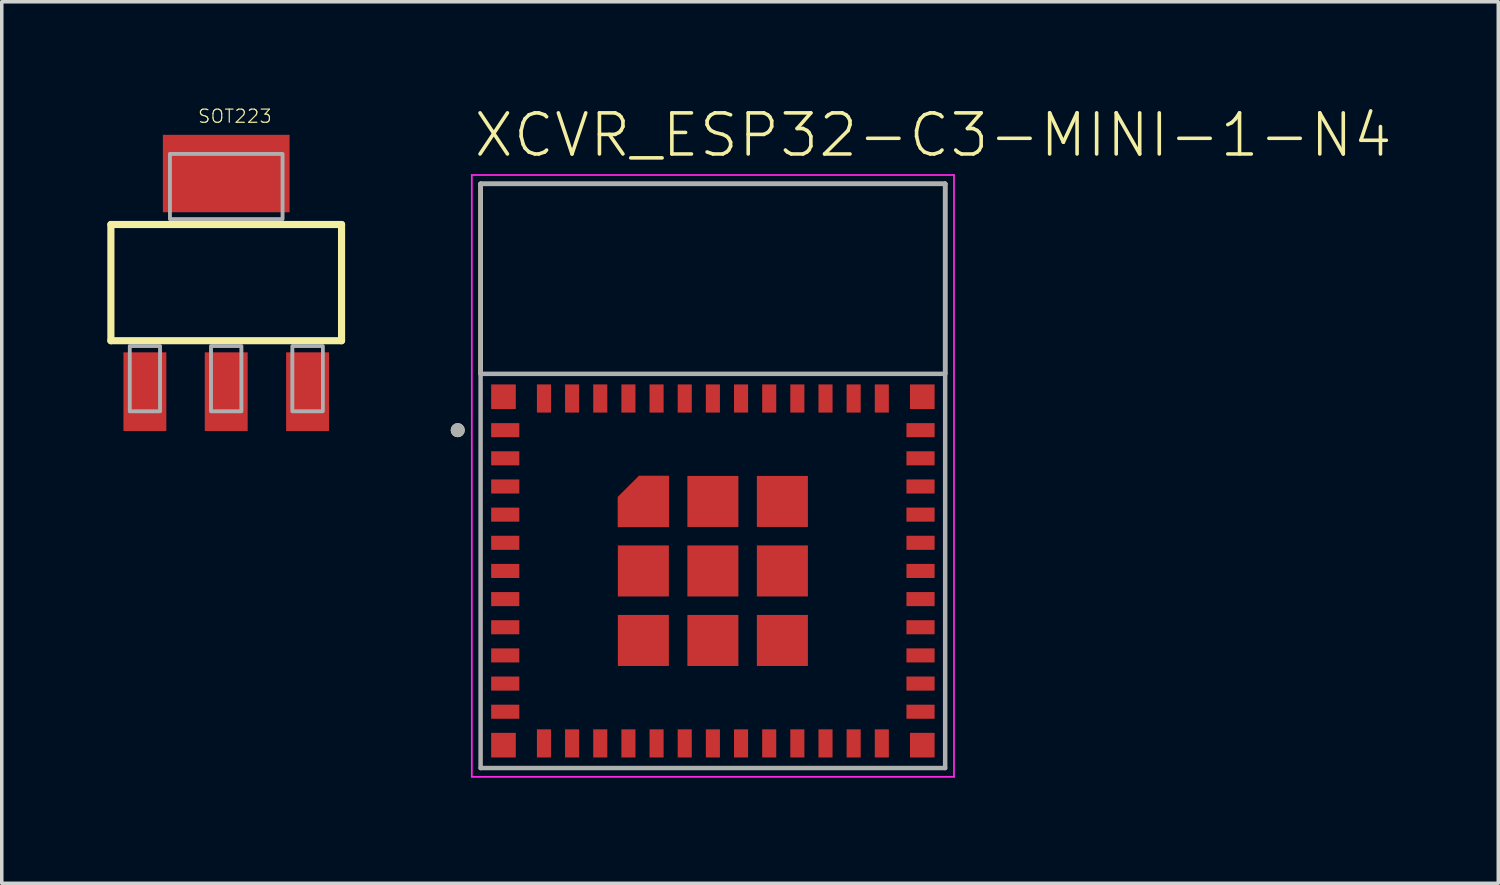
<source format=kicad_pcb>
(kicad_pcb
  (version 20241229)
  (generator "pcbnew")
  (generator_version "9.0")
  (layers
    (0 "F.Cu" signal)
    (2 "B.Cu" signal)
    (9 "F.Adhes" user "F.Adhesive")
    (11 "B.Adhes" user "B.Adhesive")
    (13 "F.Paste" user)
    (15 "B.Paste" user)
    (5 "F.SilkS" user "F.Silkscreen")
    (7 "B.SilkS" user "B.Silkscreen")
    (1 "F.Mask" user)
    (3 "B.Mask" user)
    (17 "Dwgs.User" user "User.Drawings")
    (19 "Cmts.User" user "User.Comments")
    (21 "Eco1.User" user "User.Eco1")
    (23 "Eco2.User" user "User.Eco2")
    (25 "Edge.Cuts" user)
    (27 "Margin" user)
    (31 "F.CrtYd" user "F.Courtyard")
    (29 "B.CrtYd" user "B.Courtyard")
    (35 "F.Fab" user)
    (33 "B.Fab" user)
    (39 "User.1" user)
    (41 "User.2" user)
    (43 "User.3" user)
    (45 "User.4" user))
  (footprint "SOT223"
    (layer "F.Cu")
    (at 3.378 4.98)
    (property "Reference" "SOT223" (at -0.826 -4.508 0) (layer "F.SilkS") (effects (font (size 0.374 0.374) (thickness 0.033)) (justify left bottom)))
    (fp_line (start -3.277 -1.651) (end 3.277 -1.651) (stroke (width 0.203) (type solid)) (layer "F.SilkS"))
    (fp_line (start -3.277 1.651) (end -3.277 -1.651) (stroke (width 0.203) (type solid)) (layer "F.SilkS"))
    (fp_line (start 3.277 -1.651) (end 3.277 1.651) (stroke (width 0.203) (type solid)) (layer "F.SilkS"))
    (fp_line (start 3.277 1.651) (end -3.277 1.651) (stroke (width 0.203) (type solid)) (layer "F.SilkS"))
    (fp_poly (pts (xy -2.743 3.658) (xy -1.88 3.658) (xy -1.88 1.803) (xy -2.743 1.803)) (stroke (width 0.1) (type solid)) (fill no) (layer "F.Fab"))
    (fp_poly (pts (xy -2.743 3.658) (xy -1.88 3.658) (xy -1.88 1.803) (xy -2.743 1.803)) (stroke (width 0.1) (type solid)) (fill no) (layer "F.Fab"))
    (fp_poly (pts (xy -1.6 -1.803) (xy 1.6 -1.803) (xy 1.6 -3.658) (xy -1.6 -3.658)) (stroke (width 0.1) (type solid)) (fill no) (layer "F.Fab"))
    (fp_poly (pts (xy -1.6 -1.803) (xy 1.6 -1.803) (xy 1.6 -3.658) (xy -1.6 -3.658)) (stroke (width 0.1) (type solid)) (fill no) (layer "F.Fab"))
    (fp_poly (pts (xy -0.432 3.658) (xy 0.432 3.658) (xy 0.432 1.803) (xy -0.432 1.803)) (stroke (width 0.1) (type solid)) (fill no) (layer "F.Fab"))
    (fp_poly (pts (xy -0.432 3.658) (xy 0.432 3.658) (xy 0.432 1.803) (xy -0.432 1.803)) (stroke (width 0.1) (type solid)) (fill no) (layer "F.Fab"))
    (fp_poly (pts (xy 1.88 3.658) (xy 2.743 3.658) (xy 2.743 1.803) (xy 1.88 1.803)) (stroke (width 0.1) (type solid)) (fill no) (layer "F.Fab"))
    (fp_poly (pts (xy 1.88 3.658) (xy 2.743 3.658) (xy 2.743 1.803) (xy 1.88 1.803)) (stroke (width 0.1) (type solid)) (fill no) (layer "F.Fab"))
    (pad "1" smd rect (at -2.311 3.099) (size 1.219 2.235) (layers "F.Cu" "F.Mask" "F.Paste"))
    (pad "2" smd rect (at 0 3.099) (size 1.219 2.235) (layers "F.Cu" "F.Mask" "F.Paste"))
    (pad "3" smd rect (at 2.311 3.099) (size 1.219 2.235) (layers "F.Cu" "F.Mask" "F.Paste"))
    (pad "4" smd rect (at 0 -3.099) (size 3.6 2.2) (layers "F.Cu" "F.Mask" "F.Paste")))
  (footprint "XCVR_ESP32-C3-MINI-1-N4"
    (layer "F.Cu")
    (at 17.206 10.473)
    (property "Reference" "XCVR_ESP32-C3-MINI-1-N4" (at -6.85 -9 0) (layer "F.SilkS") (effects (font (size 1.168 1.168) (thickness 0.102)) (justify left bottom)))
    (fp_poly (pts (xy -1.245 1.455) (xy -2.705 1.455) (xy -2.705 0.598) (xy -2.102 -0.005) (xy -1.245 -0.005)) (stroke (width 0) (type solid)) (fill yes) (layer "F.Cu"))
    (fp_poly (pts (xy -1.145 1.555) (xy -2.805 1.555) (xy -2.805 0.558) (xy -2.142 -0.105) (xy -1.145 -0.105)) (stroke (width 0) (type solid)) (fill yes) (layer "F.Mask"))
    (fp_line (start -6.6 -8.3) (end 6.6 -8.3) (stroke (width 0.127) (type solid)) (layer "F.SilkS"))
    (fp_line (start -6.6 -2.92) (end -6.6 -8.3) (stroke (width 0.127) (type solid)) (layer "F.SilkS"))
    (fp_line (start 6.6 -8.3) (end 6.6 -2.92) (stroke (width 0.127) (type solid)) (layer "F.SilkS"))
    (fp_circle (center -7.25 -1.3) (end -7.15 -1.3) (stroke (width 0.2) (type solid)) (fill no) (layer "F.SilkS"))
    (fp_poly (pts (xy -1.245 1.455) (xy -2.705 1.455) (xy -2.705 0.598) (xy -2.102 -0.005) (xy -1.245 -0.005)) (stroke (width 0) (type solid)) (fill yes) (layer "F.Paste"))
    (fp_line (start -6.85 -8.55) (end -6.85 8.55) (stroke (width 0.05) (type solid)) (layer "F.CrtYd"))
    (fp_line (start -6.85 8.55) (end 6.85 8.55) (stroke (width 0.05) (type solid)) (layer "F.CrtYd"))
    (fp_line (start 6.85 -8.55) (end -6.85 -8.55) (stroke (width 0.05) (type solid)) (layer "F.CrtYd"))
    (fp_line (start 6.85 8.55) (end 6.85 -8.55) (stroke (width 0.05) (type solid)) (layer "F.CrtYd"))
    (fp_line (start -6.6 -8.3) (end 6.6 -8.3) (stroke (width 0.127) (type solid)) (layer "F.Fab"))
    (fp_line (start -6.6 -2.9) (end -6.6 -8.3) (stroke (width 0.127) (type solid)) (layer "F.Fab"))
    (fp_line (start -6.6 -2.9) (end 6.6 -2.9) (stroke (width 0.127) (type solid)) (layer "F.Fab"))
    (fp_line (start -6.6 8.3) (end -6.6 -2.9) (stroke (width 0.127) (type solid)) (layer "F.Fab"))
    (fp_line (start 6.6 -8.3) (end 6.6 -2.9) (stroke (width 0.127) (type solid)) (layer "F.Fab"))
    (fp_line (start 6.6 -2.9) (end 6.6 8.3) (stroke (width 0.127) (type solid)) (layer "F.Fab"))
    (fp_line (start 6.6 8.3) (end -6.6 8.3) (stroke (width 0.127) (type solid)) (layer "F.Fab"))
    (fp_circle (center -7.25 -1.3) (end -7.15 -1.3) (stroke (width 0.2) (type solid)) (fill no) (layer "F.Fab"))
    (pad "1" smd rect (at -5.9 -1.3) (size 0.8 0.4) (layers "F.Cu" "F.Mask" "F.Paste"))
    (pad "2" smd rect (at -5.9 -0.5) (size 0.8 0.4) (layers "F.Cu" "F.Mask" "F.Paste"))
    (pad "3" smd rect (at -5.9 0.3) (size 0.8 0.4) (layers "F.Cu" "F.Mask" "F.Paste"))
    (pad "4" smd rect (at -5.9 1.1) (size 0.8 0.4) (layers "F.Cu" "F.Mask" "F.Paste"))
    (pad "5" smd rect (at -5.9 1.9) (size 0.8 0.4) (layers "F.Cu" "F.Mask" "F.Paste"))
    (pad "6" smd rect (at -5.9 2.7) (size 0.8 0.4) (layers "F.Cu" "F.Mask" "F.Paste"))
    (pad "7" smd rect (at -5.9 3.5) (size 0.8 0.4) (layers "F.Cu" "F.Mask" "F.Paste"))
    (pad "8" smd rect (at -5.9 4.3) (size 0.8 0.4) (layers "F.Cu" "F.Mask" "F.Paste"))
    (pad "9" smd rect (at -5.9 5.1) (size 0.8 0.4) (layers "F.Cu" "F.Mask" "F.Paste"))
    (pad "10" smd rect (at -5.9 5.9) (size 0.8 0.4) (layers "F.Cu" "F.Mask" "F.Paste"))
    (pad "11" smd rect (at -5.9 6.7) (size 0.8 0.4) (layers "F.Cu" "F.Mask" "F.Paste"))
    (pad "12" smd rect (at -4.8 7.6) (size 0.4 0.8) (layers "F.Cu" "F.Mask" "F.Paste"))
    (pad "13" smd rect (at -4 7.6) (size 0.4 0.8) (layers "F.Cu" "F.Mask" "F.Paste"))
    (pad "14" smd rect (at -3.2 7.6) (size 0.4 0.8) (layers "F.Cu" "F.Mask" "F.Paste"))
    (pad "15" smd rect (at -2.4 7.6) (size 0.4 0.8) (layers "F.Cu" "F.Mask" "F.Paste"))
    (pad "16" smd rect (at -1.6 7.6) (size 0.4 0.8) (layers "F.Cu" "F.Mask" "F.Paste"))
    (pad "17" smd rect (at -0.8 7.6) (size 0.4 0.8) (layers "F.Cu" "F.Mask" "F.Paste"))
    (pad "18" smd rect (at 0 7.6) (size 0.4 0.8) (layers "F.Cu" "F.Mask" "F.Paste"))
    (pad "19" smd rect (at 0.8 7.6) (size 0.4 0.8) (layers "F.Cu" "F.Mask" "F.Paste"))
    (pad "20" smd rect (at 1.6 7.6) (size 0.4 0.8) (layers "F.Cu" "F.Mask" "F.Paste"))
    (pad "21" smd rect (at 2.4 7.6) (size 0.4 0.8) (layers "F.Cu" "F.Mask" "F.Paste"))
    (pad "22" smd rect (at 3.2 7.6) (size 0.4 0.8) (layers "F.Cu" "F.Mask" "F.Paste"))
    (pad "23" smd rect (at 4 7.6) (size 0.4 0.8) (layers "F.Cu" "F.Mask" "F.Paste"))
    (pad "24" smd rect (at 4.8 7.6) (size 0.4 0.8) (layers "F.Cu" "F.Mask" "F.Paste"))
    (pad "25" smd rect (at 5.9 6.7) (size 0.8 0.4) (layers "F.Cu" "F.Mask" "F.Paste"))
    (pad "26" smd rect (at 5.9 5.9) (size 0.8 0.4) (layers "F.Cu" "F.Mask" "F.Paste"))
    (pad "27" smd rect (at 5.9 5.1) (size 0.8 0.4) (layers "F.Cu" "F.Mask" "F.Paste"))
    (pad "28" smd rect (at 5.9 4.3) (size 0.8 0.4) (layers "F.Cu" "F.Mask" "F.Paste"))
    (pad "29" smd rect (at 5.9 3.5) (size 0.8 0.4) (layers "F.Cu" "F.Mask" "F.Paste"))
    (pad "30" smd rect (at 5.9 2.7) (size 0.8 0.4) (layers "F.Cu" "F.Mask" "F.Paste"))
    (pad "31" smd rect (at 5.9 1.9) (size 0.8 0.4) (layers "F.Cu" "F.Mask" "F.Paste"))
    (pad "32" smd rect (at 5.9 1.1) (size 0.8 0.4) (layers "F.Cu" "F.Mask" "F.Paste"))
    (pad "33" smd rect (at 5.9 0.3) (size 0.8 0.4) (layers "F.Cu" "F.Mask" "F.Paste"))
    (pad "34" smd rect (at 5.9 -0.5) (size 0.8 0.4) (layers "F.Cu" "F.Mask" "F.Paste"))
    (pad "35" smd rect (at 5.9 -1.3) (size 0.8 0.4) (layers "F.Cu" "F.Mask" "F.Paste"))
    (pad "36" smd rect (at 4.8 -2.2) (size 0.4 0.8) (layers "F.Cu" "F.Mask" "F.Paste"))
    (pad "37" smd rect (at 4 -2.2) (size 0.4 0.8) (layers "F.Cu" "F.Mask" "F.Paste"))
    (pad "38" smd rect (at 3.2 -2.2) (size 0.4 0.8) (layers "F.Cu" "F.Mask" "F.Paste"))
    (pad "39" smd rect (at 2.4 -2.2) (size 0.4 0.8) (layers "F.Cu" "F.Mask" "F.Paste"))
    (pad "40" smd rect (at 1.6 -2.2) (size 0.4 0.8) (layers "F.Cu" "F.Mask" "F.Paste"))
    (pad "41" smd rect (at 0.8 -2.2) (size 0.4 0.8) (layers "F.Cu" "F.Mask" "F.Paste"))
    (pad "42" smd rect (at 0 -2.2) (size 0.4 0.8) (layers "F.Cu" "F.Mask" "F.Paste"))
    (pad "43" smd rect (at -0.8 -2.2) (size 0.4 0.8) (layers "F.Cu" "F.Mask" "F.Paste"))
    (pad "44" smd rect (at -1.6 -2.2) (size 0.4 0.8) (layers "F.Cu" "F.Mask" "F.Paste"))
    (pad "45" smd rect (at -2.4 -2.2) (size 0.4 0.8) (layers "F.Cu" "F.Mask" "F.Paste"))
    (pad "46" smd rect (at -3.2 -2.2) (size 0.4 0.8) (layers "F.Cu" "F.Mask" "F.Paste"))
    (pad "47" smd rect (at -4 -2.2) (size 0.4 0.8) (layers "F.Cu" "F.Mask" "F.Paste"))
    (pad "48" smd rect (at -4.8 -2.2) (size 0.4 0.8) (layers "F.Cu" "F.Mask" "F.Paste"))
    (pad "49_1" smd rect (at -1.975 0.725) (size 0.6 0.6) (layers "F.Cu"))
    (pad "49_2" smd rect (at 0 0.725) (size 1.45 1.45) (layers "F.Cu" "F.Mask" "F.Paste"))
    (pad "49_3" smd rect (at 1.975 0.725) (size 1.45 1.45) (layers "F.Cu" "F.Mask" "F.Paste"))
    (pad "49_4" smd rect (at 1.975 2.7) (size 1.45 1.45) (layers "F.Cu" "F.Mask" "F.Paste"))
    (pad "49_5" smd rect (at 1.975 4.675) (size 1.45 1.45) (layers "F.Cu" "F.Mask" "F.Paste"))
    (pad "49_6" smd rect (at 0 4.675) (size 1.45 1.45) (layers "F.Cu" "F.Mask" "F.Paste"))
    (pad "49_7" smd rect (at -1.975 4.675) (size 1.45 1.45) (layers "F.Cu" "F.Mask" "F.Paste"))
    (pad "49_8" smd rect (at -1.975 2.7) (size 1.45 1.45) (layers "F.Cu" "F.Mask" "F.Paste"))
    (pad "49_9" smd rect (at 0 2.7) (size 1.45 1.45) (layers "F.Cu" "F.Mask" "F.Paste"))
    (pad "50" smd rect (at 5.95 -2.25) (size 0.7 0.7) (layers "F.Cu" "F.Mask" "F.Paste"))
    (pad "51" smd rect (at 5.95 7.65) (size 0.7 0.7) (layers "F.Cu" "F.Mask" "F.Paste"))
    (pad "52" smd rect (at -5.95 7.65) (size 0.7 0.7) (layers "F.Cu" "F.Mask" "F.Paste"))
    (pad "53" smd rect (at -5.95 -2.25) (size 0.7 0.7) (layers "F.Cu" "F.Mask" "F.Paste"))
    (zone (net_name "") (layer "F.Cu") (hatch edge 0.508) (connect_pads) (min_thickness 0.254) (filled_areas_thickness no) (keepout (tracks not_allowed) (vias not_allowed) (pads not_allowed) (copperpour not_allowed) (footprints allowed)) (placement (enabled no)) (fill) (polygon (pts (xy 10.606 7.573) (xy 23.806 7.573) (xy 23.806 2.173) (xy 10.606 2.173))))
    (zone (net_name "") (layers "F.Cu" "B.Cu") (hatch edge 0.508) (connect_pads) (min_thickness 0.254) (filled_areas_thickness no) (keepout (tracks allowed) (vias not_allowed) (pads allowed) (copperpour allowed) (footprints allowed)) (placement (enabled no)) (fill) (polygon (pts (xy 10.606 7.573) (xy 23.806 7.573) (xy 23.806 2.173) (xy 10.606 2.173))))
    (zone (net_name "") (layer "B.Cu") (hatch edge 0.508) (connect_pads) (min_thickness 0.254) (filled_areas_thickness no) (keepout (tracks not_allowed) (vias not_allowed) (pads not_allowed) (copperpour not_allowed) (footprints allowed)) (placement (enabled no)) (fill) (polygon (pts (xy 10.606 7.573) (xy 23.806 7.573) (xy 23.806 2.173) (xy 10.606 2.173)))))
  (gr_rect
    (start -3 -3)
    (end 39.522 22.048)
    (stroke (width 0.1) (type default))
    (fill no)
    (layer "Edge.Cuts")))
</source>
